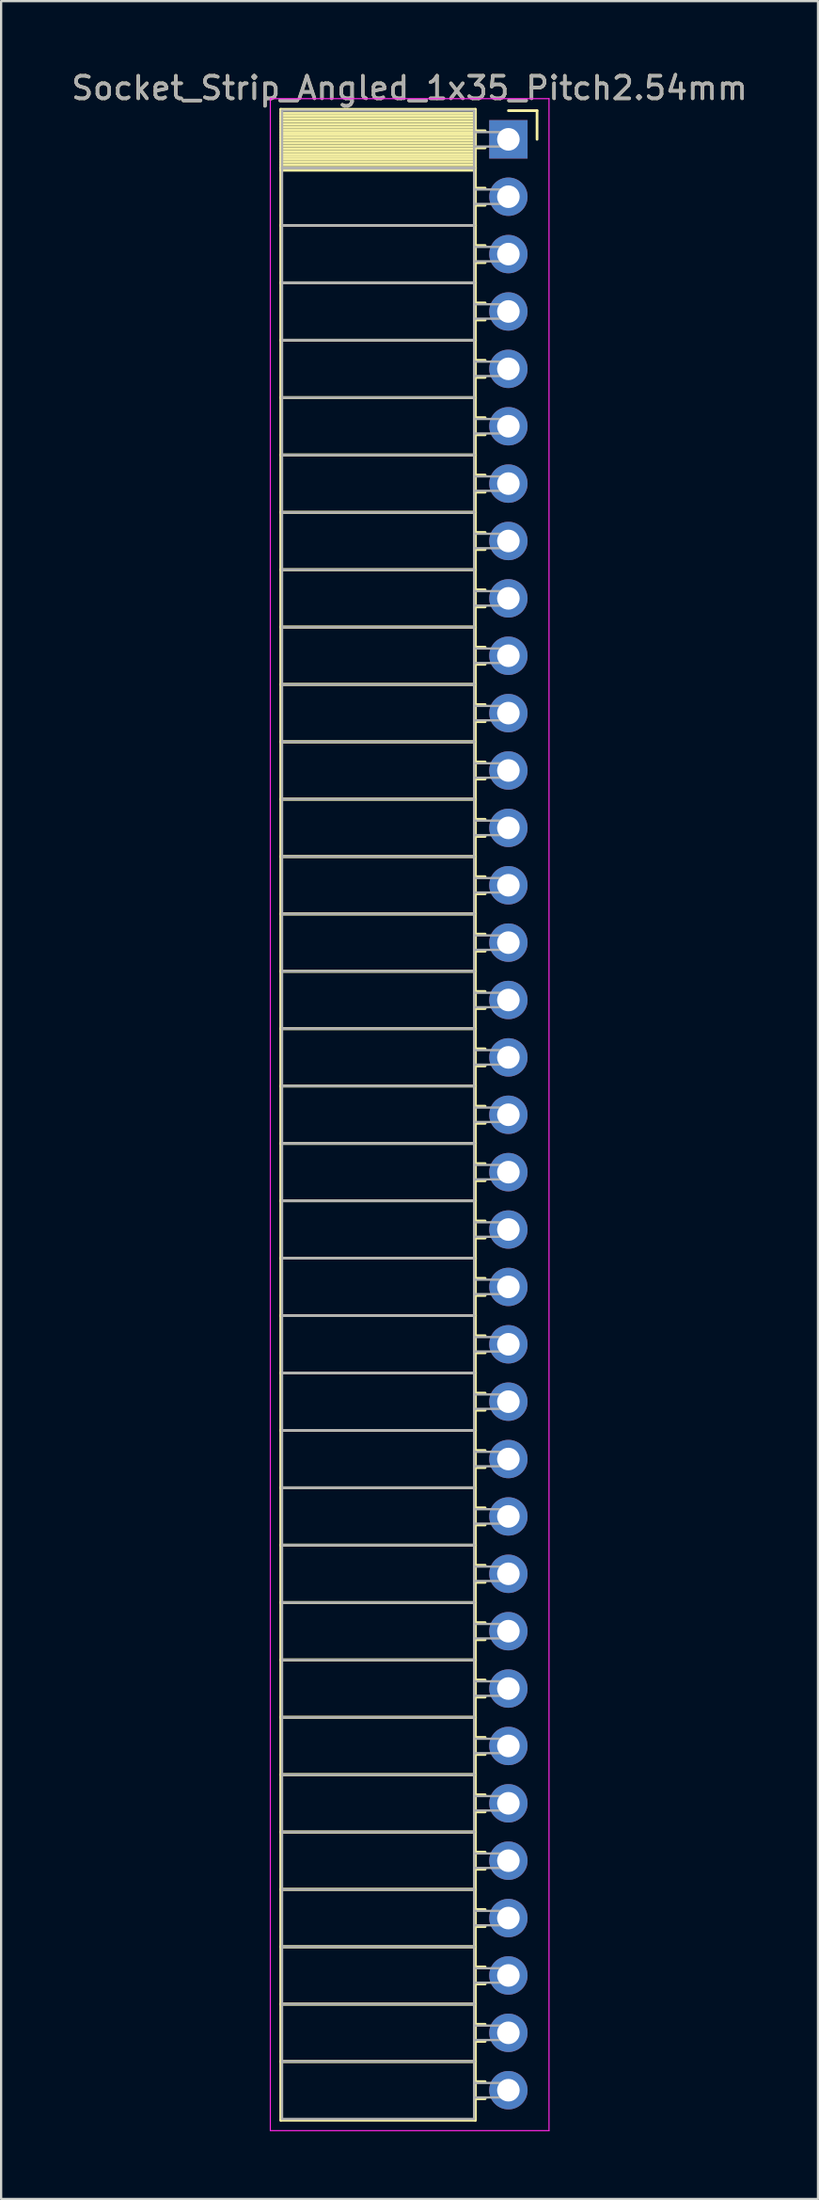
<source format=kicad_pcb>
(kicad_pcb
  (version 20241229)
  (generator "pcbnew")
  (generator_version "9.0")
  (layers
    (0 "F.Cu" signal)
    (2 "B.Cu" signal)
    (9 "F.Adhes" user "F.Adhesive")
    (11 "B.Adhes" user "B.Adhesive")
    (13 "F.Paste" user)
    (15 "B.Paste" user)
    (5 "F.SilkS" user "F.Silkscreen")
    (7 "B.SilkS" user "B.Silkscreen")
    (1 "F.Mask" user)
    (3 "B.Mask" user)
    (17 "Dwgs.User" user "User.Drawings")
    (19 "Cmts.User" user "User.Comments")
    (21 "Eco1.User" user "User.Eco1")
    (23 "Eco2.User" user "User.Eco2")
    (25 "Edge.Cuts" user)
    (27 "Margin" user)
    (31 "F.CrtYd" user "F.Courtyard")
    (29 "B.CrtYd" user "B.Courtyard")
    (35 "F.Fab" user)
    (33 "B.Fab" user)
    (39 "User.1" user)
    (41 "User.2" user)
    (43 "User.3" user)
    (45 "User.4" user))
  (footprint "Socket_Strip_Angled_1x35_Pitch2.54mm"
    (layer "F.Cu")
    (at 19.481 3.118)
    (property "Reference" "Socket_Strip_Angled_1x35_Pitch2.54mm" (at -4.38 -2.27 0) (layer "F.SilkS") (effects (font (size 1 1) (thickness 0.15))))
    (attr through_hole)
    (fp_line (start -10.09 -1.33) (end -1.46 -1.33) (stroke (width 0.12) (type solid)) (layer "F.SilkS"))
    (fp_line (start -10.09 1.27) (end -10.09 -1.33) (stroke (width 0.12) (type solid)) (layer "F.SilkS"))
    (fp_line (start -10.09 1.27) (end -1.46 1.27) (stroke (width 0.12) (type solid)) (layer "F.SilkS"))
    (fp_line (start -10.09 3.81) (end -10.09 1.27) (stroke (width 0.12) (type solid)) (layer "F.SilkS"))
    (fp_line (start -10.09 3.81) (end -1.46 3.81) (stroke (width 0.12) (type solid)) (layer "F.SilkS"))
    (fp_line (start -10.09 6.35) (end -10.09 3.81) (stroke (width 0.12) (type solid)) (layer "F.SilkS"))
    (fp_line (start -10.09 6.35) (end -1.46 6.35) (stroke (width 0.12) (type solid)) (layer "F.SilkS"))
    (fp_line (start -10.09 8.89) (end -10.09 6.35) (stroke (width 0.12) (type solid)) (layer "F.SilkS"))
    (fp_line (start -10.09 8.89) (end -1.46 8.89) (stroke (width 0.12) (type solid)) (layer "F.SilkS"))
    (fp_line (start -10.09 11.43) (end -10.09 8.89) (stroke (width 0.12) (type solid)) (layer "F.SilkS"))
    (fp_line (start -10.09 11.43) (end -1.46 11.43) (stroke (width 0.12) (type solid)) (layer "F.SilkS"))
    (fp_line (start -10.09 13.97) (end -10.09 11.43) (stroke (width 0.12) (type solid)) (layer "F.SilkS"))
    (fp_line (start -10.09 13.97) (end -1.46 13.97) (stroke (width 0.12) (type solid)) (layer "F.SilkS"))
    (fp_line (start -10.09 16.51) (end -10.09 13.97) (stroke (width 0.12) (type solid)) (layer "F.SilkS"))
    (fp_line (start -10.09 16.51) (end -1.46 16.51) (stroke (width 0.12) (type solid)) (layer "F.SilkS"))
    (fp_line (start -10.09 19.05) (end -10.09 16.51) (stroke (width 0.12) (type solid)) (layer "F.SilkS"))
    (fp_line (start -10.09 19.05) (end -1.46 19.05) (stroke (width 0.12) (type solid)) (layer "F.SilkS"))
    (fp_line (start -10.09 21.59) (end -10.09 19.05) (stroke (width 0.12) (type solid)) (layer "F.SilkS"))
    (fp_line (start -10.09 21.59) (end -1.46 21.59) (stroke (width 0.12) (type solid)) (layer "F.SilkS"))
    (fp_line (start -10.09 24.13) (end -10.09 21.59) (stroke (width 0.12) (type solid)) (layer "F.SilkS"))
    (fp_line (start -10.09 24.13) (end -1.46 24.13) (stroke (width 0.12) (type solid)) (layer "F.SilkS"))
    (fp_line (start -10.09 26.67) (end -10.09 24.13) (stroke (width 0.12) (type solid)) (layer "F.SilkS"))
    (fp_line (start -10.09 26.67) (end -1.46 26.67) (stroke (width 0.12) (type solid)) (layer "F.SilkS"))
    (fp_line (start -10.09 29.21) (end -10.09 26.67) (stroke (width 0.12) (type solid)) (layer "F.SilkS"))
    (fp_line (start -10.09 29.21) (end -1.46 29.21) (stroke (width 0.12) (type solid)) (layer "F.SilkS"))
    (fp_line (start -10.09 31.75) (end -10.09 29.21) (stroke (width 0.12) (type solid)) (layer "F.SilkS"))
    (fp_line (start -10.09 31.75) (end -1.46 31.75) (stroke (width 0.12) (type solid)) (layer "F.SilkS"))
    (fp_line (start -10.09 34.29) (end -10.09 31.75) (stroke (width 0.12) (type solid)) (layer "F.SilkS"))
    (fp_line (start -10.09 34.29) (end -1.46 34.29) (stroke (width 0.12) (type solid)) (layer "F.SilkS"))
    (fp_line (start -10.09 36.83) (end -10.09 34.29) (stroke (width 0.12) (type solid)) (layer "F.SilkS"))
    (fp_line (start -10.09 36.83) (end -1.46 36.83) (stroke (width 0.12) (type solid)) (layer "F.SilkS"))
    (fp_line (start -10.09 39.37) (end -10.09 36.83) (stroke (width 0.12) (type solid)) (layer "F.SilkS"))
    (fp_line (start -10.09 39.37) (end -1.46 39.37) (stroke (width 0.12) (type solid)) (layer "F.SilkS"))
    (fp_line (start -10.09 41.91) (end -10.09 39.37) (stroke (width 0.12) (type solid)) (layer "F.SilkS"))
    (fp_line (start -10.09 41.91) (end -1.46 41.91) (stroke (width 0.12) (type solid)) (layer "F.SilkS"))
    (fp_line (start -10.09 44.45) (end -10.09 41.91) (stroke (width 0.12) (type solid)) (layer "F.SilkS"))
    (fp_line (start -10.09 44.45) (end -1.46 44.45) (stroke (width 0.12) (type solid)) (layer "F.SilkS"))
    (fp_line (start -10.09 46.99) (end -10.09 44.45) (stroke (width 0.12) (type solid)) (layer "F.SilkS"))
    (fp_line (start -10.09 46.99) (end -1.46 46.99) (stroke (width 0.12) (type solid)) (layer "F.SilkS"))
    (fp_line (start -10.09 49.53) (end -10.09 46.99) (stroke (width 0.12) (type solid)) (layer "F.SilkS"))
    (fp_line (start -10.09 49.53) (end -1.46 49.53) (stroke (width 0.12) (type solid)) (layer "F.SilkS"))
    (fp_line (start -10.09 52.07) (end -10.09 49.53) (stroke (width 0.12) (type solid)) (layer "F.SilkS"))
    (fp_line (start -10.09 52.07) (end -1.46 52.07) (stroke (width 0.12) (type solid)) (layer "F.SilkS"))
    (fp_line (start -10.09 54.61) (end -10.09 52.07) (stroke (width 0.12) (type solid)) (layer "F.SilkS"))
    (fp_line (start -10.09 54.61) (end -1.46 54.61) (stroke (width 0.12) (type solid)) (layer "F.SilkS"))
    (fp_line (start -10.09 57.15) (end -10.09 54.61) (stroke (width 0.12) (type solid)) (layer "F.SilkS"))
    (fp_line (start -10.09 57.15) (end -1.46 57.15) (stroke (width 0.12) (type solid)) (layer "F.SilkS"))
    (fp_line (start -10.09 59.69) (end -10.09 57.15) (stroke (width 0.12) (type solid)) (layer "F.SilkS"))
    (fp_line (start -10.09 59.69) (end -1.46 59.69) (stroke (width 0.12) (type solid)) (layer "F.SilkS"))
    (fp_line (start -10.09 62.23) (end -10.09 59.69) (stroke (width 0.12) (type solid)) (layer "F.SilkS"))
    (fp_line (start -10.09 62.23) (end -1.46 62.23) (stroke (width 0.12) (type solid)) (layer "F.SilkS"))
    (fp_line (start -10.09 64.77) (end -10.09 62.23) (stroke (width 0.12) (type solid)) (layer "F.SilkS"))
    (fp_line (start -10.09 64.77) (end -1.46 64.77) (stroke (width 0.12) (type solid)) (layer "F.SilkS"))
    (fp_line (start -10.09 67.31) (end -10.09 64.77) (stroke (width 0.12) (type solid)) (layer "F.SilkS"))
    (fp_line (start -10.09 67.31) (end -1.46 67.31) (stroke (width 0.12) (type solid)) (layer "F.SilkS"))
    (fp_line (start -10.09 69.85) (end -10.09 67.31) (stroke (width 0.12) (type solid)) (layer "F.SilkS"))
    (fp_line (start -10.09 69.85) (end -1.46 69.85) (stroke (width 0.12) (type solid)) (layer "F.SilkS"))
    (fp_line (start -10.09 72.39) (end -10.09 69.85) (stroke (width 0.12) (type solid)) (layer "F.SilkS"))
    (fp_line (start -10.09 72.39) (end -1.46 72.39) (stroke (width 0.12) (type solid)) (layer "F.SilkS"))
    (fp_line (start -10.09 74.93) (end -10.09 72.39) (stroke (width 0.12) (type solid)) (layer "F.SilkS"))
    (fp_line (start -10.09 74.93) (end -1.46 74.93) (stroke (width 0.12) (type solid)) (layer "F.SilkS"))
    (fp_line (start -10.09 77.47) (end -10.09 74.93) (stroke (width 0.12) (type solid)) (layer "F.SilkS"))
    (fp_line (start -10.09 77.47) (end -1.46 77.47) (stroke (width 0.12) (type solid)) (layer "F.SilkS"))
    (fp_line (start -10.09 80.01) (end -10.09 77.47) (stroke (width 0.12) (type solid)) (layer "F.SilkS"))
    (fp_line (start -10.09 80.01) (end -1.46 80.01) (stroke (width 0.12) (type solid)) (layer "F.SilkS"))
    (fp_line (start -10.09 82.55) (end -10.09 80.01) (stroke (width 0.12) (type solid)) (layer "F.SilkS"))
    (fp_line (start -10.09 82.55) (end -1.46 82.55) (stroke (width 0.12) (type solid)) (layer "F.SilkS"))
    (fp_line (start -10.09 85.09) (end -10.09 82.55) (stroke (width 0.12) (type solid)) (layer "F.SilkS"))
    (fp_line (start -10.09 85.09) (end -1.46 85.09) (stroke (width 0.12) (type solid)) (layer "F.SilkS"))
    (fp_line (start -10.09 87.69) (end -10.09 85.09) (stroke (width 0.12) (type solid)) (layer "F.SilkS"))
    (fp_line (start -1.46 -1.33) (end -1.46 1.27) (stroke (width 0.12) (type solid)) (layer "F.SilkS"))
    (fp_line (start -1.46 -1.15) (end -10.09 -1.15) (stroke (width 0.12) (type solid)) (layer "F.SilkS"))
    (fp_line (start -1.46 -1.03) (end -10.09 -1.03) (stroke (width 0.12) (type solid)) (layer "F.SilkS"))
    (fp_line (start -1.46 -0.91) (end -10.09 -0.91) (stroke (width 0.12) (type solid)) (layer "F.SilkS"))
    (fp_line (start -1.46 -0.79) (end -10.09 -0.79) (stroke (width 0.12) (type solid)) (layer "F.SilkS"))
    (fp_line (start -1.46 -0.67) (end -10.09 -0.67) (stroke (width 0.12) (type solid)) (layer "F.SilkS"))
    (fp_line (start -1.46 -0.55) (end -10.09 -0.55) (stroke (width 0.12) (type solid)) (layer "F.SilkS"))
    (fp_line (start -1.46 -0.43) (end -10.09 -0.43) (stroke (width 0.12) (type solid)) (layer "F.SilkS"))
    (fp_line (start -1.46 -0.31) (end -10.09 -0.31) (stroke (width 0.12) (type solid)) (layer "F.SilkS"))
    (fp_line (start -1.46 -0.19) (end -10.09 -0.19) (stroke (width 0.12) (type solid)) (layer "F.SilkS"))
    (fp_line (start -1.46 -0.07) (end -10.09 -0.07) (stroke (width 0.12) (type solid)) (layer "F.SilkS"))
    (fp_line (start -1.46 0.05) (end -10.09 0.05) (stroke (width 0.12) (type solid)) (layer "F.SilkS"))
    (fp_line (start -1.46 0.17) (end -10.09 0.17) (stroke (width 0.12) (type solid)) (layer "F.SilkS"))
    (fp_line (start -1.46 0.29) (end -10.09 0.29) (stroke (width 0.12) (type solid)) (layer "F.SilkS"))
    (fp_line (start -1.46 0.41) (end -10.09 0.41) (stroke (width 0.12) (type solid)) (layer "F.SilkS"))
    (fp_line (start -1.46 0.53) (end -10.09 0.53) (stroke (width 0.12) (type solid)) (layer "F.SilkS"))
    (fp_line (start -1.46 0.65) (end -10.09 0.65) (stroke (width 0.12) (type solid)) (layer "F.SilkS"))
    (fp_line (start -1.46 0.77) (end -10.09 0.77) (stroke (width 0.12) (type solid)) (layer "F.SilkS"))
    (fp_line (start -1.46 0.89) (end -10.09 0.89) (stroke (width 0.12) (type solid)) (layer "F.SilkS"))
    (fp_line (start -1.46 1.01) (end -10.09 1.01) (stroke (width 0.12) (type solid)) (layer "F.SilkS"))
    (fp_line (start -1.46 1.13) (end -10.09 1.13) (stroke (width 0.12) (type solid)) (layer "F.SilkS"))
    (fp_line (start -1.46 1.25) (end -10.09 1.25) (stroke (width 0.12) (type solid)) (layer "F.SilkS"))
    (fp_line (start -1.46 1.27) (end -10.09 1.27) (stroke (width 0.12) (type solid)) (layer "F.SilkS"))
    (fp_line (start -1.46 1.27) (end -1.46 3.81) (stroke (width 0.12) (type solid)) (layer "F.SilkS"))
    (fp_line (start -1.46 1.37) (end -10.09 1.37) (stroke (width 0.12) (type solid)) (layer "F.SilkS"))
    (fp_line (start -1.46 3.81) (end -10.09 3.81) (stroke (width 0.12) (type solid)) (layer "F.SilkS"))
    (fp_line (start -1.46 3.81) (end -1.46 6.35) (stroke (width 0.12) (type solid)) (layer "F.SilkS"))
    (fp_line (start -1.46 6.35) (end -10.09 6.35) (stroke (width 0.12) (type solid)) (layer "F.SilkS"))
    (fp_line (start -1.46 6.35) (end -1.46 8.89) (stroke (width 0.12) (type solid)) (layer "F.SilkS"))
    (fp_line (start -1.46 8.89) (end -10.09 8.89) (stroke (width 0.12) (type solid)) (layer "F.SilkS"))
    (fp_line (start -1.46 8.89) (end -1.46 11.43) (stroke (width 0.12) (type solid)) (layer "F.SilkS"))
    (fp_line (start -1.46 11.43) (end -10.09 11.43) (stroke (width 0.12) (type solid)) (layer "F.SilkS"))
    (fp_line (start -1.46 11.43) (end -1.46 13.97) (stroke (width 0.12) (type solid)) (layer "F.SilkS"))
    (fp_line (start -1.46 13.97) (end -10.09 13.97) (stroke (width 0.12) (type solid)) (layer "F.SilkS"))
    (fp_line (start -1.46 13.97) (end -1.46 16.51) (stroke (width 0.12) (type solid)) (layer "F.SilkS"))
    (fp_line (start -1.46 16.51) (end -10.09 16.51) (stroke (width 0.12) (type solid)) (layer "F.SilkS"))
    (fp_line (start -1.46 16.51) (end -1.46 19.05) (stroke (width 0.12) (type solid)) (layer "F.SilkS"))
    (fp_line (start -1.46 19.05) (end -10.09 19.05) (stroke (width 0.12) (type solid)) (layer "F.SilkS"))
    (fp_line (start -1.46 19.05) (end -1.46 21.59) (stroke (width 0.12) (type solid)) (layer "F.SilkS"))
    (fp_line (start -1.46 21.59) (end -10.09 21.59) (stroke (width 0.12) (type solid)) (layer "F.SilkS"))
    (fp_line (start -1.46 21.59) (end -1.46 24.13) (stroke (width 0.12) (type solid)) (layer "F.SilkS"))
    (fp_line (start -1.46 24.13) (end -10.09 24.13) (stroke (width 0.12) (type solid)) (layer "F.SilkS"))
    (fp_line (start -1.46 24.13) (end -1.46 26.67) (stroke (width 0.12) (type solid)) (layer "F.SilkS"))
    (fp_line (start -1.46 26.67) (end -10.09 26.67) (stroke (width 0.12) (type solid)) (layer "F.SilkS"))
    (fp_line (start -1.46 26.67) (end -1.46 29.21) (stroke (width 0.12) (type solid)) (layer "F.SilkS"))
    (fp_line (start -1.46 29.21) (end -10.09 29.21) (stroke (width 0.12) (type solid)) (layer "F.SilkS"))
    (fp_line (start -1.46 29.21) (end -1.46 31.75) (stroke (width 0.12) (type solid)) (layer "F.SilkS"))
    (fp_line (start -1.46 31.75) (end -10.09 31.75) (stroke (width 0.12) (type solid)) (layer "F.SilkS"))
    (fp_line (start -1.46 31.75) (end -1.46 34.29) (stroke (width 0.12) (type solid)) (layer "F.SilkS"))
    (fp_line (start -1.46 34.29) (end -10.09 34.29) (stroke (width 0.12) (type solid)) (layer "F.SilkS"))
    (fp_line (start -1.46 34.29) (end -1.46 36.83) (stroke (width 0.12) (type solid)) (layer "F.SilkS"))
    (fp_line (start -1.46 36.83) (end -10.09 36.83) (stroke (width 0.12) (type solid)) (layer "F.SilkS"))
    (fp_line (start -1.46 36.83) (end -1.46 39.37) (stroke (width 0.12) (type solid)) (layer "F.SilkS"))
    (fp_line (start -1.46 39.37) (end -10.09 39.37) (stroke (width 0.12) (type solid)) (layer "F.SilkS"))
    (fp_line (start -1.46 39.37) (end -1.46 41.91) (stroke (width 0.12) (type solid)) (layer "F.SilkS"))
    (fp_line (start -1.46 41.91) (end -10.09 41.91) (stroke (width 0.12) (type solid)) (layer "F.SilkS"))
    (fp_line (start -1.46 41.91) (end -1.46 44.45) (stroke (width 0.12) (type solid)) (layer "F.SilkS"))
    (fp_line (start -1.46 44.45) (end -10.09 44.45) (stroke (width 0.12) (type solid)) (layer "F.SilkS"))
    (fp_line (start -1.46 44.45) (end -1.46 46.99) (stroke (width 0.12) (type solid)) (layer "F.SilkS"))
    (fp_line (start -1.46 46.99) (end -10.09 46.99) (stroke (width 0.12) (type solid)) (layer "F.SilkS"))
    (fp_line (start -1.46 46.99) (end -1.46 49.53) (stroke (width 0.12) (type solid)) (layer "F.SilkS"))
    (fp_line (start -1.46 49.53) (end -10.09 49.53) (stroke (width 0.12) (type solid)) (layer "F.SilkS"))
    (fp_line (start -1.46 49.53) (end -1.46 52.07) (stroke (width 0.12) (type solid)) (layer "F.SilkS"))
    (fp_line (start -1.46 52.07) (end -10.09 52.07) (stroke (width 0.12) (type solid)) (layer "F.SilkS"))
    (fp_line (start -1.46 52.07) (end -1.46 54.61) (stroke (width 0.12) (type solid)) (layer "F.SilkS"))
    (fp_line (start -1.46 54.61) (end -10.09 54.61) (stroke (width 0.12) (type solid)) (layer "F.SilkS"))
    (fp_line (start -1.46 54.61) (end -1.46 57.15) (stroke (width 0.12) (type solid)) (layer "F.SilkS"))
    (fp_line (start -1.46 57.15) (end -10.09 57.15) (stroke (width 0.12) (type solid)) (layer "F.SilkS"))
    (fp_line (start -1.46 57.15) (end -1.46 59.69) (stroke (width 0.12) (type solid)) (layer "F.SilkS"))
    (fp_line (start -1.46 59.69) (end -10.09 59.69) (stroke (width 0.12) (type solid)) (layer "F.SilkS"))
    (fp_line (start -1.46 59.69) (end -1.46 62.23) (stroke (width 0.12) (type solid)) (layer "F.SilkS"))
    (fp_line (start -1.46 62.23) (end -10.09 62.23) (stroke (width 0.12) (type solid)) (layer "F.SilkS"))
    (fp_line (start -1.46 62.23) (end -1.46 64.77) (stroke (width 0.12) (type solid)) (layer "F.SilkS"))
    (fp_line (start -1.46 64.77) (end -10.09 64.77) (stroke (width 0.12) (type solid)) (layer "F.SilkS"))
    (fp_line (start -1.46 64.77) (end -1.46 67.31) (stroke (width 0.12) (type solid)) (layer "F.SilkS"))
    (fp_line (start -1.46 67.31) (end -10.09 67.31) (stroke (width 0.12) (type solid)) (layer "F.SilkS"))
    (fp_line (start -1.46 67.31) (end -1.46 69.85) (stroke (width 0.12) (type solid)) (layer "F.SilkS"))
    (fp_line (start -1.46 69.85) (end -10.09 69.85) (stroke (width 0.12) (type solid)) (layer "F.SilkS"))
    (fp_line (start -1.46 69.85) (end -1.46 72.39) (stroke (width 0.12) (type solid)) (layer "F.SilkS"))
    (fp_line (start -1.46 72.39) (end -10.09 72.39) (stroke (width 0.12) (type solid)) (layer "F.SilkS"))
    (fp_line (start -1.46 72.39) (end -1.46 74.93) (stroke (width 0.12) (type solid)) (layer "F.SilkS"))
    (fp_line (start -1.46 74.93) (end -10.09 74.93) (stroke (width 0.12) (type solid)) (layer "F.SilkS"))
    (fp_line (start -1.46 74.93) (end -1.46 77.47) (stroke (width 0.12) (type solid)) (layer "F.SilkS"))
    (fp_line (start -1.46 77.47) (end -10.09 77.47) (stroke (width 0.12) (type solid)) (layer "F.SilkS"))
    (fp_line (start -1.46 77.47) (end -1.46 80.01) (stroke (width 0.12) (type solid)) (layer "F.SilkS"))
    (fp_line (start -1.46 80.01) (end -10.09 80.01) (stroke (width 0.12) (type solid)) (layer "F.SilkS"))
    (fp_line (start -1.46 80.01) (end -1.46 82.55) (stroke (width 0.12) (type solid)) (layer "F.SilkS"))
    (fp_line (start -1.46 82.55) (end -10.09 82.55) (stroke (width 0.12) (type solid)) (layer "F.SilkS"))
    (fp_line (start -1.46 82.55) (end -1.46 85.09) (stroke (width 0.12) (type solid)) (layer "F.SilkS"))
    (fp_line (start -1.46 85.09) (end -10.09 85.09) (stroke (width 0.12) (type solid)) (layer "F.SilkS"))
    (fp_line (start -1.46 85.09) (end -1.46 87.69) (stroke (width 0.12) (type solid)) (layer "F.SilkS"))
    (fp_line (start -1.46 87.69) (end -10.09 87.69) (stroke (width 0.12) (type solid)) (layer "F.SilkS"))
    (fp_line (start -1.03 -0.38) (end -1.46 -0.38) (stroke (width 0.12) (type solid)) (layer "F.SilkS"))
    (fp_line (start -1.03 0.38) (end -1.46 0.38) (stroke (width 0.12) (type solid)) (layer "F.SilkS"))
    (fp_line (start -1.03 2.16) (end -1.46 2.16) (stroke (width 0.12) (type solid)) (layer "F.SilkS"))
    (fp_line (start -1.03 2.92) (end -1.46 2.92) (stroke (width 0.12) (type solid)) (layer "F.SilkS"))
    (fp_line (start -1.03 4.7) (end -1.46 4.7) (stroke (width 0.12) (type solid)) (layer "F.SilkS"))
    (fp_line (start -1.03 5.46) (end -1.46 5.46) (stroke (width 0.12) (type solid)) (layer "F.SilkS"))
    (fp_line (start -1.03 7.24) (end -1.46 7.24) (stroke (width 0.12) (type solid)) (layer "F.SilkS"))
    (fp_line (start -1.03 8) (end -1.46 8) (stroke (width 0.12) (type solid)) (layer "F.SilkS"))
    (fp_line (start -1.03 9.78) (end -1.46 9.78) (stroke (width 0.12) (type solid)) (layer "F.SilkS"))
    (fp_line (start -1.03 10.54) (end -1.46 10.54) (stroke (width 0.12) (type solid)) (layer "F.SilkS"))
    (fp_line (start -1.03 12.32) (end -1.46 12.32) (stroke (width 0.12) (type solid)) (layer "F.SilkS"))
    (fp_line (start -1.03 13.08) (end -1.46 13.08) (stroke (width 0.12) (type solid)) (layer "F.SilkS"))
    (fp_line (start -1.03 14.86) (end -1.46 14.86) (stroke (width 0.12) (type solid)) (layer "F.SilkS"))
    (fp_line (start -1.03 15.62) (end -1.46 15.62) (stroke (width 0.12) (type solid)) (layer "F.SilkS"))
    (fp_line (start -1.03 17.4) (end -1.46 17.4) (stroke (width 0.12) (type solid)) (layer "F.SilkS"))
    (fp_line (start -1.03 18.16) (end -1.46 18.16) (stroke (width 0.12) (type solid)) (layer "F.SilkS"))
    (fp_line (start -1.03 19.94) (end -1.46 19.94) (stroke (width 0.12) (type solid)) (layer "F.SilkS"))
    (fp_line (start -1.03 20.7) (end -1.46 20.7) (stroke (width 0.12) (type solid)) (layer "F.SilkS"))
    (fp_line (start -1.03 22.48) (end -1.46 22.48) (stroke (width 0.12) (type solid)) (layer "F.SilkS"))
    (fp_line (start -1.03 23.24) (end -1.46 23.24) (stroke (width 0.12) (type solid)) (layer "F.SilkS"))
    (fp_line (start -1.03 25.02) (end -1.46 25.02) (stroke (width 0.12) (type solid)) (layer "F.SilkS"))
    (fp_line (start -1.03 25.78) (end -1.46 25.78) (stroke (width 0.12) (type solid)) (layer "F.SilkS"))
    (fp_line (start -1.03 27.56) (end -1.46 27.56) (stroke (width 0.12) (type solid)) (layer "F.SilkS"))
    (fp_line (start -1.03 28.32) (end -1.46 28.32) (stroke (width 0.12) (type solid)) (layer "F.SilkS"))
    (fp_line (start -1.03 30.1) (end -1.46 30.1) (stroke (width 0.12) (type solid)) (layer "F.SilkS"))
    (fp_line (start -1.03 30.86) (end -1.46 30.86) (stroke (width 0.12) (type solid)) (layer "F.SilkS"))
    (fp_line (start -1.03 32.64) (end -1.46 32.64) (stroke (width 0.12) (type solid)) (layer "F.SilkS"))
    (fp_line (start -1.03 33.4) (end -1.46 33.4) (stroke (width 0.12) (type solid)) (layer "F.SilkS"))
    (fp_line (start -1.03 35.18) (end -1.46 35.18) (stroke (width 0.12) (type solid)) (layer "F.SilkS"))
    (fp_line (start -1.03 35.94) (end -1.46 35.94) (stroke (width 0.12) (type solid)) (layer "F.SilkS"))
    (fp_line (start -1.03 37.72) (end -1.46 37.72) (stroke (width 0.12) (type solid)) (layer "F.SilkS"))
    (fp_line (start -1.03 38.48) (end -1.46 38.48) (stroke (width 0.12) (type solid)) (layer "F.SilkS"))
    (fp_line (start -1.03 40.26) (end -1.46 40.26) (stroke (width 0.12) (type solid)) (layer "F.SilkS"))
    (fp_line (start -1.03 41.02) (end -1.46 41.02) (stroke (width 0.12) (type solid)) (layer "F.SilkS"))
    (fp_line (start -1.03 42.8) (end -1.46 42.8) (stroke (width 0.12) (type solid)) (layer "F.SilkS"))
    (fp_line (start -1.03 43.56) (end -1.46 43.56) (stroke (width 0.12) (type solid)) (layer "F.SilkS"))
    (fp_line (start -1.03 45.34) (end -1.46 45.34) (stroke (width 0.12) (type solid)) (layer "F.SilkS"))
    (fp_line (start -1.03 46.1) (end -1.46 46.1) (stroke (width 0.12) (type solid)) (layer "F.SilkS"))
    (fp_line (start -1.03 47.88) (end -1.46 47.88) (stroke (width 0.12) (type solid)) (layer "F.SilkS"))
    (fp_line (start -1.03 48.64) (end -1.46 48.64) (stroke (width 0.12) (type solid)) (layer "F.SilkS"))
    (fp_line (start -1.03 50.42) (end -1.46 50.42) (stroke (width 0.12) (type solid)) (layer "F.SilkS"))
    (fp_line (start -1.03 51.18) (end -1.46 51.18) (stroke (width 0.12) (type solid)) (layer "F.SilkS"))
    (fp_line (start -1.03 52.96) (end -1.46 52.96) (stroke (width 0.12) (type solid)) (layer "F.SilkS"))
    (fp_line (start -1.03 53.72) (end -1.46 53.72) (stroke (width 0.12) (type solid)) (layer "F.SilkS"))
    (fp_line (start -1.03 55.5) (end -1.46 55.5) (stroke (width 0.12) (type solid)) (layer "F.SilkS"))
    (fp_line (start -1.03 56.26) (end -1.46 56.26) (stroke (width 0.12) (type solid)) (layer "F.SilkS"))
    (fp_line (start -1.03 58.04) (end -1.46 58.04) (stroke (width 0.12) (type solid)) (layer "F.SilkS"))
    (fp_line (start -1.03 58.8) (end -1.46 58.8) (stroke (width 0.12) (type solid)) (layer "F.SilkS"))
    (fp_line (start -1.03 60.58) (end -1.46 60.58) (stroke (width 0.12) (type solid)) (layer "F.SilkS"))
    (fp_line (start -1.03 61.34) (end -1.46 61.34) (stroke (width 0.12) (type solid)) (layer "F.SilkS"))
    (fp_line (start -1.03 63.12) (end -1.46 63.12) (stroke (width 0.12) (type solid)) (layer "F.SilkS"))
    (fp_line (start -1.03 63.88) (end -1.46 63.88) (stroke (width 0.12) (type solid)) (layer "F.SilkS"))
    (fp_line (start -1.03 65.66) (end -1.46 65.66) (stroke (width 0.12) (type solid)) (layer "F.SilkS"))
    (fp_line (start -1.03 66.42) (end -1.46 66.42) (stroke (width 0.12) (type solid)) (layer "F.SilkS"))
    (fp_line (start -1.03 68.2) (end -1.46 68.2) (stroke (width 0.12) (type solid)) (layer "F.SilkS"))
    (fp_line (start -1.03 68.96) (end -1.46 68.96) (stroke (width 0.12) (type solid)) (layer "F.SilkS"))
    (fp_line (start -1.03 70.74) (end -1.46 70.74) (stroke (width 0.12) (type solid)) (layer "F.SilkS"))
    (fp_line (start -1.03 71.5) (end -1.46 71.5) (stroke (width 0.12) (type solid)) (layer "F.SilkS"))
    (fp_line (start -1.03 73.28) (end -1.46 73.28) (stroke (width 0.12) (type solid)) (layer "F.SilkS"))
    (fp_line (start -1.03 74.04) (end -1.46 74.04) (stroke (width 0.12) (type solid)) (layer "F.SilkS"))
    (fp_line (start -1.03 75.82) (end -1.46 75.82) (stroke (width 0.12) (type solid)) (layer "F.SilkS"))
    (fp_line (start -1.03 76.58) (end -1.46 76.58) (stroke (width 0.12) (type solid)) (layer "F.SilkS"))
    (fp_line (start -1.03 78.36) (end -1.46 78.36) (stroke (width 0.12) (type solid)) (layer "F.SilkS"))
    (fp_line (start -1.03 79.12) (end -1.46 79.12) (stroke (width 0.12) (type solid)) (layer "F.SilkS"))
    (fp_line (start -1.03 80.9) (end -1.46 80.9) (stroke (width 0.12) (type solid)) (layer "F.SilkS"))
    (fp_line (start -1.03 81.66) (end -1.46 81.66) (stroke (width 0.12) (type solid)) (layer "F.SilkS"))
    (fp_line (start -1.03 83.44) (end -1.46 83.44) (stroke (width 0.12) (type solid)) (layer "F.SilkS"))
    (fp_line (start -1.03 84.2) (end -1.46 84.2) (stroke (width 0.12) (type solid)) (layer "F.SilkS"))
    (fp_line (start -1.03 85.98) (end -1.46 85.98) (stroke (width 0.12) (type solid)) (layer "F.SilkS"))
    (fp_line (start -1.03 86.74) (end -1.46 86.74) (stroke (width 0.12) (type solid)) (layer "F.SilkS"))
    (fp_line (start 0 -1.27) (end 1.27 -1.27) (stroke (width 0.12) (type solid)) (layer "F.SilkS"))
    (fp_line (start 1.27 -1.27) (end 1.27 0) (stroke (width 0.12) (type solid)) (layer "F.SilkS"))
    (fp_line (start -10.55 -1.8) (end 1.8 -1.8) (stroke (width 0.05) (type solid)) (layer "F.CrtYd"))
    (fp_line (start -10.55 88.15) (end -10.55 -1.8) (stroke (width 0.05) (type solid)) (layer "F.CrtYd"))
    (fp_line (start 1.8 -1.8) (end 1.8 88.15) (stroke (width 0.05) (type solid)) (layer "F.CrtYd"))
    (fp_line (start 1.8 88.15) (end -10.55 88.15) (stroke (width 0.05) (type solid)) (layer "F.CrtYd"))
    (fp_line (start -10.03 -1.27) (end -1.52 -1.27) (stroke (width 0.1) (type solid)) (layer "F.Fab"))
    (fp_line (start -10.03 1.27) (end -10.03 -1.27) (stroke (width 0.1) (type solid)) (layer "F.Fab"))
    (fp_line (start -10.03 1.27) (end -1.52 1.27) (stroke (width 0.1) (type solid)) (layer "F.Fab"))
    (fp_line (start -10.03 3.81) (end -10.03 1.27) (stroke (width 0.1) (type solid)) (layer "F.Fab"))
    (fp_line (start -10.03 3.81) (end -1.52 3.81) (stroke (width 0.1) (type solid)) (layer "F.Fab"))
    (fp_line (start -10.03 6.35) (end -10.03 3.81) (stroke (width 0.1) (type solid)) (layer "F.Fab"))
    (fp_line (start -10.03 6.35) (end -1.52 6.35) (stroke (width 0.1) (type solid)) (layer "F.Fab"))
    (fp_line (start -10.03 8.89) (end -10.03 6.35) (stroke (width 0.1) (type solid)) (layer "F.Fab"))
    (fp_line (start -10.03 8.89) (end -1.52 8.89) (stroke (width 0.1) (type solid)) (layer "F.Fab"))
    (fp_line (start -10.03 11.43) (end -10.03 8.89) (stroke (width 0.1) (type solid)) (layer "F.Fab"))
    (fp_line (start -10.03 11.43) (end -1.52 11.43) (stroke (width 0.1) (type solid)) (layer "F.Fab"))
    (fp_line (start -10.03 13.97) (end -10.03 11.43) (stroke (width 0.1) (type solid)) (layer "F.Fab"))
    (fp_line (start -10.03 13.97) (end -1.52 13.97) (stroke (width 0.1) (type solid)) (layer "F.Fab"))
    (fp_line (start -10.03 16.51) (end -10.03 13.97) (stroke (width 0.1) (type solid)) (layer "F.Fab"))
    (fp_line (start -10.03 16.51) (end -1.52 16.51) (stroke (width 0.1) (type solid)) (layer "F.Fab"))
    (fp_line (start -10.03 19.05) (end -10.03 16.51) (stroke (width 0.1) (type solid)) (layer "F.Fab"))
    (fp_line (start -10.03 19.05) (end -1.52 19.05) (stroke (width 0.1) (type solid)) (layer "F.Fab"))
    (fp_line (start -10.03 21.59) (end -10.03 19.05) (stroke (width 0.1) (type solid)) (layer "F.Fab"))
    (fp_line (start -10.03 21.59) (end -1.52 21.59) (stroke (width 0.1) (type solid)) (layer "F.Fab"))
    (fp_line (start -10.03 24.13) (end -10.03 21.59) (stroke (width 0.1) (type solid)) (layer "F.Fab"))
    (fp_line (start -10.03 24.13) (end -1.52 24.13) (stroke (width 0.1) (type solid)) (layer "F.Fab"))
    (fp_line (start -10.03 26.67) (end -10.03 24.13) (stroke (width 0.1) (type solid)) (layer "F.Fab"))
    (fp_line (start -10.03 26.67) (end -1.52 26.67) (stroke (width 0.1) (type solid)) (layer "F.Fab"))
    (fp_line (start -10.03 29.21) (end -10.03 26.67) (stroke (width 0.1) (type solid)) (layer "F.Fab"))
    (fp_line (start -10.03 29.21) (end -1.52 29.21) (stroke (width 0.1) (type solid)) (layer "F.Fab"))
    (fp_line (start -10.03 31.75) (end -10.03 29.21) (stroke (width 0.1) (type solid)) (layer "F.Fab"))
    (fp_line (start -10.03 31.75) (end -1.52 31.75) (stroke (width 0.1) (type solid)) (layer "F.Fab"))
    (fp_line (start -10.03 34.29) (end -10.03 31.75) (stroke (width 0.1) (type solid)) (layer "F.Fab"))
    (fp_line (start -10.03 34.29) (end -1.52 34.29) (stroke (width 0.1) (type solid)) (layer "F.Fab"))
    (fp_line (start -10.03 36.83) (end -10.03 34.29) (stroke (width 0.1) (type solid)) (layer "F.Fab"))
    (fp_line (start -10.03 36.83) (end -1.52 36.83) (stroke (width 0.1) (type solid)) (layer "F.Fab"))
    (fp_line (start -10.03 39.37) (end -10.03 36.83) (stroke (width 0.1) (type solid)) (layer "F.Fab"))
    (fp_line (start -10.03 39.37) (end -1.52 39.37) (stroke (width 0.1) (type solid)) (layer "F.Fab"))
    (fp_line (start -10.03 41.91) (end -10.03 39.37) (stroke (width 0.1) (type solid)) (layer "F.Fab"))
    (fp_line (start -10.03 41.91) (end -1.52 41.91) (stroke (width 0.1) (type solid)) (layer "F.Fab"))
    (fp_line (start -10.03 44.45) (end -10.03 41.91) (stroke (width 0.1) (type solid)) (layer "F.Fab"))
    (fp_line (start -10.03 44.45) (end -1.52 44.45) (stroke (width 0.1) (type solid)) (layer "F.Fab"))
    (fp_line (start -10.03 46.99) (end -10.03 44.45) (stroke (width 0.1) (type solid)) (layer "F.Fab"))
    (fp_line (start -10.03 46.99) (end -1.52 46.99) (stroke (width 0.1) (type solid)) (layer "F.Fab"))
    (fp_line (start -10.03 49.53) (end -10.03 46.99) (stroke (width 0.1) (type solid)) (layer "F.Fab"))
    (fp_line (start -10.03 49.53) (end -1.52 49.53) (stroke (width 0.1) (type solid)) (layer "F.Fab"))
    (fp_line (start -10.03 52.07) (end -10.03 49.53) (stroke (width 0.1) (type solid)) (layer "F.Fab"))
    (fp_line (start -10.03 52.07) (end -1.52 52.07) (stroke (width 0.1) (type solid)) (layer "F.Fab"))
    (fp_line (start -10.03 54.61) (end -10.03 52.07) (stroke (width 0.1) (type solid)) (layer "F.Fab"))
    (fp_line (start -10.03 54.61) (end -1.52 54.61) (stroke (width 0.1) (type solid)) (layer "F.Fab"))
    (fp_line (start -10.03 57.15) (end -10.03 54.61) (stroke (width 0.1) (type solid)) (layer "F.Fab"))
    (fp_line (start -10.03 57.15) (end -1.52 57.15) (stroke (width 0.1) (type solid)) (layer "F.Fab"))
    (fp_line (start -10.03 59.69) (end -10.03 57.15) (stroke (width 0.1) (type solid)) (layer "F.Fab"))
    (fp_line (start -10.03 59.69) (end -1.52 59.69) (stroke (width 0.1) (type solid)) (layer "F.Fab"))
    (fp_line (start -10.03 62.23) (end -10.03 59.69) (stroke (width 0.1) (type solid)) (layer "F.Fab"))
    (fp_line (start -10.03 62.23) (end -1.52 62.23) (stroke (width 0.1) (type solid)) (layer "F.Fab"))
    (fp_line (start -10.03 64.77) (end -10.03 62.23) (stroke (width 0.1) (type solid)) (layer "F.Fab"))
    (fp_line (start -10.03 64.77) (end -1.52 64.77) (stroke (width 0.1) (type solid)) (layer "F.Fab"))
    (fp_line (start -10.03 67.31) (end -10.03 64.77) (stroke (width 0.1) (type solid)) (layer "F.Fab"))
    (fp_line (start -10.03 67.31) (end -1.52 67.31) (stroke (width 0.1) (type solid)) (layer "F.Fab"))
    (fp_line (start -10.03 69.85) (end -10.03 67.31) (stroke (width 0.1) (type solid)) (layer "F.Fab"))
    (fp_line (start -10.03 69.85) (end -1.52 69.85) (stroke (width 0.1) (type solid)) (layer "F.Fab"))
    (fp_line (start -10.03 72.39) (end -10.03 69.85) (stroke (width 0.1) (type solid)) (layer "F.Fab"))
    (fp_line (start -10.03 72.39) (end -1.52 72.39) (stroke (width 0.1) (type solid)) (layer "F.Fab"))
    (fp_line (start -10.03 74.93) (end -10.03 72.39) (stroke (width 0.1) (type solid)) (layer "F.Fab"))
    (fp_line (start -10.03 74.93) (end -1.52 74.93) (stroke (width 0.1) (type solid)) (layer "F.Fab"))
    (fp_line (start -10.03 77.47) (end -10.03 74.93) (stroke (width 0.1) (type solid)) (layer "F.Fab"))
    (fp_line (start -10.03 77.47) (end -1.52 77.47) (stroke (width 0.1) (type solid)) (layer "F.Fab"))
    (fp_line (start -10.03 80.01) (end -10.03 77.47) (stroke (width 0.1) (type solid)) (layer "F.Fab"))
    (fp_line (start -10.03 80.01) (end -1.52 80.01) (stroke (width 0.1) (type solid)) (layer "F.Fab"))
    (fp_line (start -10.03 82.55) (end -10.03 80.01) (stroke (width 0.1) (type solid)) (layer "F.Fab"))
    (fp_line (start -10.03 82.55) (end -1.52 82.55) (stroke (width 0.1) (type solid)) (layer "F.Fab"))
    (fp_line (start -10.03 85.09) (end -10.03 82.55) (stroke (width 0.1) (type solid)) (layer "F.Fab"))
    (fp_line (start -10.03 85.09) (end -1.52 85.09) (stroke (width 0.1) (type solid)) (layer "F.Fab"))
    (fp_line (start -10.03 87.63) (end -10.03 85.09) (stroke (width 0.1) (type solid)) (layer "F.Fab"))
    (fp_line (start -1.52 -1.27) (end -1.52 1.27) (stroke (width 0.1) (type solid)) (layer "F.Fab"))
    (fp_line (start -1.52 -0.32) (end 0 -0.32) (stroke (width 0.1) (type solid)) (layer "F.Fab"))
    (fp_line (start -1.52 0.32) (end -1.52 -0.32) (stroke (width 0.1) (type solid)) (layer "F.Fab"))
    (fp_line (start -1.52 1.27) (end -10.03 1.27) (stroke (width 0.1) (type solid)) (layer "F.Fab"))
    (fp_line (start -1.52 1.27) (end -1.52 3.81) (stroke (width 0.1) (type solid)) (layer "F.Fab"))
    (fp_line (start -1.52 2.22) (end 0 2.22) (stroke (width 0.1) (type solid)) (layer "F.Fab"))
    (fp_line (start -1.52 2.86) (end -1.52 2.22) (stroke (width 0.1) (type solid)) (layer "F.Fab"))
    (fp_line (start -1.52 3.81) (end -10.03 3.81) (stroke (width 0.1) (type solid)) (layer "F.Fab"))
    (fp_line (start -1.52 3.81) (end -1.52 6.35) (stroke (width 0.1) (type solid)) (layer "F.Fab"))
    (fp_line (start -1.52 4.76) (end 0 4.76) (stroke (width 0.1) (type solid)) (layer "F.Fab"))
    (fp_line (start -1.52 5.4) (end -1.52 4.76) (stroke (width 0.1) (type solid)) (layer "F.Fab"))
    (fp_line (start -1.52 6.35) (end -10.03 6.35) (stroke (width 0.1) (type solid)) (layer "F.Fab"))
    (fp_line (start -1.52 6.35) (end -1.52 8.89) (stroke (width 0.1) (type solid)) (layer "F.Fab"))
    (fp_line (start -1.52 7.3) (end 0 7.3) (stroke (width 0.1) (type solid)) (layer "F.Fab"))
    (fp_line (start -1.52 7.94) (end -1.52 7.3) (stroke (width 0.1) (type solid)) (layer "F.Fab"))
    (fp_line (start -1.52 8.89) (end -10.03 8.89) (stroke (width 0.1) (type solid)) (layer "F.Fab"))
    (fp_line (start -1.52 8.89) (end -1.52 11.43) (stroke (width 0.1) (type solid)) (layer "F.Fab"))
    (fp_line (start -1.52 9.84) (end 0 9.84) (stroke (width 0.1) (type solid)) (layer "F.Fab"))
    (fp_line (start -1.52 10.48) (end -1.52 9.84) (stroke (width 0.1) (type solid)) (layer "F.Fab"))
    (fp_line (start -1.52 11.43) (end -10.03 11.43) (stroke (width 0.1) (type solid)) (layer "F.Fab"))
    (fp_line (start -1.52 11.43) (end -1.52 13.97) (stroke (width 0.1) (type solid)) (layer "F.Fab"))
    (fp_line (start -1.52 12.38) (end 0 12.38) (stroke (width 0.1) (type solid)) (layer "F.Fab"))
    (fp_line (start -1.52 13.02) (end -1.52 12.38) (stroke (width 0.1) (type solid)) (layer "F.Fab"))
    (fp_line (start -1.52 13.97) (end -10.03 13.97) (stroke (width 0.1) (type solid)) (layer "F.Fab"))
    (fp_line (start -1.52 13.97) (end -1.52 16.51) (stroke (width 0.1) (type solid)) (layer "F.Fab"))
    (fp_line (start -1.52 14.92) (end 0 14.92) (stroke (width 0.1) (type solid)) (layer "F.Fab"))
    (fp_line (start -1.52 15.56) (end -1.52 14.92) (stroke (width 0.1) (type solid)) (layer "F.Fab"))
    (fp_line (start -1.52 16.51) (end -10.03 16.51) (stroke (width 0.1) (type solid)) (layer "F.Fab"))
    (fp_line (start -1.52 16.51) (end -1.52 19.05) (stroke (width 0.1) (type solid)) (layer "F.Fab"))
    (fp_line (start -1.52 17.46) (end 0 17.46) (stroke (width 0.1) (type solid)) (layer "F.Fab"))
    (fp_line (start -1.52 18.1) (end -1.52 17.46) (stroke (width 0.1) (type solid)) (layer "F.Fab"))
    (fp_line (start -1.52 19.05) (end -10.03 19.05) (stroke (width 0.1) (type solid)) (layer "F.Fab"))
    (fp_line (start -1.52 19.05) (end -1.52 21.59) (stroke (width 0.1) (type solid)) (layer "F.Fab"))
    (fp_line (start -1.52 20) (end 0 20) (stroke (width 0.1) (type solid)) (layer "F.Fab"))
    (fp_line (start -1.52 20.64) (end -1.52 20) (stroke (width 0.1) (type solid)) (layer "F.Fab"))
    (fp_line (start -1.52 21.59) (end -10.03 21.59) (stroke (width 0.1) (type solid)) (layer "F.Fab"))
    (fp_line (start -1.52 21.59) (end -1.52 24.13) (stroke (width 0.1) (type solid)) (layer "F.Fab"))
    (fp_line (start -1.52 22.54) (end 0 22.54) (stroke (width 0.1) (type solid)) (layer "F.Fab"))
    (fp_line (start -1.52 23.18) (end -1.52 22.54) (stroke (width 0.1) (type solid)) (layer "F.Fab"))
    (fp_line (start -1.52 24.13) (end -10.03 24.13) (stroke (width 0.1) (type solid)) (layer "F.Fab"))
    (fp_line (start -1.52 24.13) (end -1.52 26.67) (stroke (width 0.1) (type solid)) (layer "F.Fab"))
    (fp_line (start -1.52 25.08) (end 0 25.08) (stroke (width 0.1) (type solid)) (layer "F.Fab"))
    (fp_line (start -1.52 25.72) (end -1.52 25.08) (stroke (width 0.1) (type solid)) (layer "F.Fab"))
    (fp_line (start -1.52 26.67) (end -10.03 26.67) (stroke (width 0.1) (type solid)) (layer "F.Fab"))
    (fp_line (start -1.52 26.67) (end -1.52 29.21) (stroke (width 0.1) (type solid)) (layer "F.Fab"))
    (fp_line (start -1.52 27.62) (end 0 27.62) (stroke (width 0.1) (type solid)) (layer "F.Fab"))
    (fp_line (start -1.52 28.26) (end -1.52 27.62) (stroke (width 0.1) (type solid)) (layer "F.Fab"))
    (fp_line (start -1.52 29.21) (end -10.03 29.21) (stroke (width 0.1) (type solid)) (layer "F.Fab"))
    (fp_line (start -1.52 29.21) (end -1.52 31.75) (stroke (width 0.1) (type solid)) (layer "F.Fab"))
    (fp_line (start -1.52 30.16) (end 0 30.16) (stroke (width 0.1) (type solid)) (layer "F.Fab"))
    (fp_line (start -1.52 30.8) (end -1.52 30.16) (stroke (width 0.1) (type solid)) (layer "F.Fab"))
    (fp_line (start -1.52 31.75) (end -10.03 31.75) (stroke (width 0.1) (type solid)) (layer "F.Fab"))
    (fp_line (start -1.52 31.75) (end -1.52 34.29) (stroke (width 0.1) (type solid)) (layer "F.Fab"))
    (fp_line (start -1.52 32.7) (end 0 32.7) (stroke (width 0.1) (type solid)) (layer "F.Fab"))
    (fp_line (start -1.52 33.34) (end -1.52 32.7) (stroke (width 0.1) (type solid)) (layer "F.Fab"))
    (fp_line (start -1.52 34.29) (end -10.03 34.29) (stroke (width 0.1) (type solid)) (layer "F.Fab"))
    (fp_line (start -1.52 34.29) (end -1.52 36.83) (stroke (width 0.1) (type solid)) (layer "F.Fab"))
    (fp_line (start -1.52 35.24) (end 0 35.24) (stroke (width 0.1) (type solid)) (layer "F.Fab"))
    (fp_line (start -1.52 35.88) (end -1.52 35.24) (stroke (width 0.1) (type solid)) (layer "F.Fab"))
    (fp_line (start -1.52 36.83) (end -10.03 36.83) (stroke (width 0.1) (type solid)) (layer "F.Fab"))
    (fp_line (start -1.52 36.83) (end -1.52 39.37) (stroke (width 0.1) (type solid)) (layer "F.Fab"))
    (fp_line (start -1.52 37.78) (end 0 37.78) (stroke (width 0.1) (type solid)) (layer "F.Fab"))
    (fp_line (start -1.52 38.42) (end -1.52 37.78) (stroke (width 0.1) (type solid)) (layer "F.Fab"))
    (fp_line (start -1.52 39.37) (end -10.03 39.37) (stroke (width 0.1) (type solid)) (layer "F.Fab"))
    (fp_line (start -1.52 39.37) (end -1.52 41.91) (stroke (width 0.1) (type solid)) (layer "F.Fab"))
    (fp_line (start -1.52 40.32) (end 0 40.32) (stroke (width 0.1) (type solid)) (layer "F.Fab"))
    (fp_line (start -1.52 40.96) (end -1.52 40.32) (stroke (width 0.1) (type solid)) (layer "F.Fab"))
    (fp_line (start -1.52 41.91) (end -10.03 41.91) (stroke (width 0.1) (type solid)) (layer "F.Fab"))
    (fp_line (start -1.52 41.91) (end -1.52 44.45) (stroke (width 0.1) (type solid)) (layer "F.Fab"))
    (fp_line (start -1.52 42.86) (end 0 42.86) (stroke (width 0.1) (type solid)) (layer "F.Fab"))
    (fp_line (start -1.52 43.5) (end -1.52 42.86) (stroke (width 0.1) (type solid)) (layer "F.Fab"))
    (fp_line (start -1.52 44.45) (end -10.03 44.45) (stroke (width 0.1) (type solid)) (layer "F.Fab"))
    (fp_line (start -1.52 44.45) (end -1.52 46.99) (stroke (width 0.1) (type solid)) (layer "F.Fab"))
    (fp_line (start -1.52 45.4) (end 0 45.4) (stroke (width 0.1) (type solid)) (layer "F.Fab"))
    (fp_line (start -1.52 46.04) (end -1.52 45.4) (stroke (width 0.1) (type solid)) (layer "F.Fab"))
    (fp_line (start -1.52 46.99) (end -10.03 46.99) (stroke (width 0.1) (type solid)) (layer "F.Fab"))
    (fp_line (start -1.52 46.99) (end -1.52 49.53) (stroke (width 0.1) (type solid)) (layer "F.Fab"))
    (fp_line (start -1.52 47.94) (end 0 47.94) (stroke (width 0.1) (type solid)) (layer "F.Fab"))
    (fp_line (start -1.52 48.58) (end -1.52 47.94) (stroke (width 0.1) (type solid)) (layer "F.Fab"))
    (fp_line (start -1.52 49.53) (end -10.03 49.53) (stroke (width 0.1) (type solid)) (layer "F.Fab"))
    (fp_line (start -1.52 49.53) (end -1.52 52.07) (stroke (width 0.1) (type solid)) (layer "F.Fab"))
    (fp_line (start -1.52 50.48) (end 0 50.48) (stroke (width 0.1) (type solid)) (layer "F.Fab"))
    (fp_line (start -1.52 51.12) (end -1.52 50.48) (stroke (width 0.1) (type solid)) (layer "F.Fab"))
    (fp_line (start -1.52 52.07) (end -10.03 52.07) (stroke (width 0.1) (type solid)) (layer "F.Fab"))
    (fp_line (start -1.52 52.07) (end -1.52 54.61) (stroke (width 0.1) (type solid)) (layer "F.Fab"))
    (fp_line (start -1.52 53.02) (end 0 53.02) (stroke (width 0.1) (type solid)) (layer "F.Fab"))
    (fp_line (start -1.52 53.66) (end -1.52 53.02) (stroke (width 0.1) (type solid)) (layer "F.Fab"))
    (fp_line (start -1.52 54.61) (end -10.03 54.61) (stroke (width 0.1) (type solid)) (layer "F.Fab"))
    (fp_line (start -1.52 54.61) (end -1.52 57.15) (stroke (width 0.1) (type solid)) (layer "F.Fab"))
    (fp_line (start -1.52 55.56) (end 0 55.56) (stroke (width 0.1) (type solid)) (layer "F.Fab"))
    (fp_line (start -1.52 56.2) (end -1.52 55.56) (stroke (width 0.1) (type solid)) (layer "F.Fab"))
    (fp_line (start -1.52 57.15) (end -10.03 57.15) (stroke (width 0.1) (type solid)) (layer "F.Fab"))
    (fp_line (start -1.52 57.15) (end -1.52 59.69) (stroke (width 0.1) (type solid)) (layer "F.Fab"))
    (fp_line (start -1.52 58.1) (end 0 58.1) (stroke (width 0.1) (type solid)) (layer "F.Fab"))
    (fp_line (start -1.52 58.74) (end -1.52 58.1) (stroke (width 0.1) (type solid)) (layer "F.Fab"))
    (fp_line (start -1.52 59.69) (end -10.03 59.69) (stroke (width 0.1) (type solid)) (layer "F.Fab"))
    (fp_line (start -1.52 59.69) (end -1.52 62.23) (stroke (width 0.1) (type solid)) (layer "F.Fab"))
    (fp_line (start -1.52 60.64) (end 0 60.64) (stroke (width 0.1) (type solid)) (layer "F.Fab"))
    (fp_line (start -1.52 61.28) (end -1.52 60.64) (stroke (width 0.1) (type solid)) (layer "F.Fab"))
    (fp_line (start -1.52 62.23) (end -10.03 62.23) (stroke (width 0.1) (type solid)) (layer "F.Fab"))
    (fp_line (start -1.52 62.23) (end -1.52 64.77) (stroke (width 0.1) (type solid)) (layer "F.Fab"))
    (fp_line (start -1.52 63.18) (end 0 63.18) (stroke (width 0.1) (type solid)) (layer "F.Fab"))
    (fp_line (start -1.52 63.82) (end -1.52 63.18) (stroke (width 0.1) (type solid)) (layer "F.Fab"))
    (fp_line (start -1.52 64.77) (end -10.03 64.77) (stroke (width 0.1) (type solid)) (layer "F.Fab"))
    (fp_line (start -1.52 64.77) (end -1.52 67.31) (stroke (width 0.1) (type solid)) (layer "F.Fab"))
    (fp_line (start -1.52 65.72) (end 0 65.72) (stroke (width 0.1) (type solid)) (layer "F.Fab"))
    (fp_line (start -1.52 66.36) (end -1.52 65.72) (stroke (width 0.1) (type solid)) (layer "F.Fab"))
    (fp_line (start -1.52 67.31) (end -10.03 67.31) (stroke (width 0.1) (type solid)) (layer "F.Fab"))
    (fp_line (start -1.52 67.31) (end -1.52 69.85) (stroke (width 0.1) (type solid)) (layer "F.Fab"))
    (fp_line (start -1.52 68.26) (end 0 68.26) (stroke (width 0.1) (type solid)) (layer "F.Fab"))
    (fp_line (start -1.52 68.9) (end -1.52 68.26) (stroke (width 0.1) (type solid)) (layer "F.Fab"))
    (fp_line (start -1.52 69.85) (end -10.03 69.85) (stroke (width 0.1) (type solid)) (layer "F.Fab"))
    (fp_line (start -1.52 69.85) (end -1.52 72.39) (stroke (width 0.1) (type solid)) (layer "F.Fab"))
    (fp_line (start -1.52 70.8) (end 0 70.8) (stroke (width 0.1) (type solid)) (layer "F.Fab"))
    (fp_line (start -1.52 71.44) (end -1.52 70.8) (stroke (width 0.1) (type solid)) (layer "F.Fab"))
    (fp_line (start -1.52 72.39) (end -10.03 72.39) (stroke (width 0.1) (type solid)) (layer "F.Fab"))
    (fp_line (start -1.52 72.39) (end -1.52 74.93) (stroke (width 0.1) (type solid)) (layer "F.Fab"))
    (fp_line (start -1.52 73.34) (end 0 73.34) (stroke (width 0.1) (type solid)) (layer "F.Fab"))
    (fp_line (start -1.52 73.98) (end -1.52 73.34) (stroke (width 0.1) (type solid)) (layer "F.Fab"))
    (fp_line (start -1.52 74.93) (end -10.03 74.93) (stroke (width 0.1) (type solid)) (layer "F.Fab"))
    (fp_line (start -1.52 74.93) (end -1.52 77.47) (stroke (width 0.1) (type solid)) (layer "F.Fab"))
    (fp_line (start -1.52 75.88) (end 0 75.88) (stroke (width 0.1) (type solid)) (layer "F.Fab"))
    (fp_line (start -1.52 76.52) (end -1.52 75.88) (stroke (width 0.1) (type solid)) (layer "F.Fab"))
    (fp_line (start -1.52 77.47) (end -10.03 77.47) (stroke (width 0.1) (type solid)) (layer "F.Fab"))
    (fp_line (start -1.52 77.47) (end -1.52 80.01) (stroke (width 0.1) (type solid)) (layer "F.Fab"))
    (fp_line (start -1.52 78.42) (end 0 78.42) (stroke (width 0.1) (type solid)) (layer "F.Fab"))
    (fp_line (start -1.52 79.06) (end -1.52 78.42) (stroke (width 0.1) (type solid)) (layer "F.Fab"))
    (fp_line (start -1.52 80.01) (end -10.03 80.01) (stroke (width 0.1) (type solid)) (layer "F.Fab"))
    (fp_line (start -1.52 80.01) (end -1.52 82.55) (stroke (width 0.1) (type solid)) (layer "F.Fab"))
    (fp_line (start -1.52 80.96) (end 0 80.96) (stroke (width 0.1) (type solid)) (layer "F.Fab"))
    (fp_line (start -1.52 81.6) (end -1.52 80.96) (stroke (width 0.1) (type solid)) (layer "F.Fab"))
    (fp_line (start -1.52 82.55) (end -10.03 82.55) (stroke (width 0.1) (type solid)) (layer "F.Fab"))
    (fp_line (start -1.52 82.55) (end -1.52 85.09) (stroke (width 0.1) (type solid)) (layer "F.Fab"))
    (fp_line (start -1.52 83.5) (end 0 83.5) (stroke (width 0.1) (type solid)) (layer "F.Fab"))
    (fp_line (start -1.52 84.14) (end -1.52 83.5) (stroke (width 0.1) (type solid)) (layer "F.Fab"))
    (fp_line (start -1.52 85.09) (end -10.03 85.09) (stroke (width 0.1) (type solid)) (layer "F.Fab"))
    (fp_line (start -1.52 85.09) (end -1.52 87.63) (stroke (width 0.1) (type solid)) (layer "F.Fab"))
    (fp_line (start -1.52 86.04) (end 0 86.04) (stroke (width 0.1) (type solid)) (layer "F.Fab"))
    (fp_line (start -1.52 86.68) (end -1.52 86.04) (stroke (width 0.1) (type solid)) (layer "F.Fab"))
    (fp_line (start -1.52 87.63) (end -10.03 87.63) (stroke (width 0.1) (type solid)) (layer "F.Fab"))
    (fp_line (start 0 -0.32) (end 0 0.32) (stroke (width 0.1) (type solid)) (layer "F.Fab"))
    (fp_line (start 0 0.32) (end -1.52 0.32) (stroke (width 0.1) (type solid)) (layer "F.Fab"))
    (fp_line (start 0 2.22) (end 0 2.86) (stroke (width 0.1) (type solid)) (layer "F.Fab"))
    (fp_line (start 0 2.86) (end -1.52 2.86) (stroke (width 0.1) (type solid)) (layer "F.Fab"))
    (fp_line (start 0 4.76) (end 0 5.4) (stroke (width 0.1) (type solid)) (layer "F.Fab"))
    (fp_line (start 0 5.4) (end -1.52 5.4) (stroke (width 0.1) (type solid)) (layer "F.Fab"))
    (fp_line (start 0 7.3) (end 0 7.94) (stroke (width 0.1) (type solid)) (layer "F.Fab"))
    (fp_line (start 0 7.94) (end -1.52 7.94) (stroke (width 0.1) (type solid)) (layer "F.Fab"))
    (fp_line (start 0 9.84) (end 0 10.48) (stroke (width 0.1) (type solid)) (layer "F.Fab"))
    (fp_line (start 0 10.48) (end -1.52 10.48) (stroke (width 0.1) (type solid)) (layer "F.Fab"))
    (fp_line (start 0 12.38) (end 0 13.02) (stroke (width 0.1) (type solid)) (layer "F.Fab"))
    (fp_line (start 0 13.02) (end -1.52 13.02) (stroke (width 0.1) (type solid)) (layer "F.Fab"))
    (fp_line (start 0 14.92) (end 0 15.56) (stroke (width 0.1) (type solid)) (layer "F.Fab"))
    (fp_line (start 0 15.56) (end -1.52 15.56) (stroke (width 0.1) (type solid)) (layer "F.Fab"))
    (fp_line (start 0 17.46) (end 0 18.1) (stroke (width 0.1) (type solid)) (layer "F.Fab"))
    (fp_line (start 0 18.1) (end -1.52 18.1) (stroke (width 0.1) (type solid)) (layer "F.Fab"))
    (fp_line (start 0 20) (end 0 20.64) (stroke (width 0.1) (type solid)) (layer "F.Fab"))
    (fp_line (start 0 20.64) (end -1.52 20.64) (stroke (width 0.1) (type solid)) (layer "F.Fab"))
    (fp_line (start 0 22.54) (end 0 23.18) (stroke (width 0.1) (type solid)) (layer "F.Fab"))
    (fp_line (start 0 23.18) (end -1.52 23.18) (stroke (width 0.1) (type solid)) (layer "F.Fab"))
    (fp_line (start 0 25.08) (end 0 25.72) (stroke (width 0.1) (type solid)) (layer "F.Fab"))
    (fp_line (start 0 25.72) (end -1.52 25.72) (stroke (width 0.1) (type solid)) (layer "F.Fab"))
    (fp_line (start 0 27.62) (end 0 28.26) (stroke (width 0.1) (type solid)) (layer "F.Fab"))
    (fp_line (start 0 28.26) (end -1.52 28.26) (stroke (width 0.1) (type solid)) (layer "F.Fab"))
    (fp_line (start 0 30.16) (end 0 30.8) (stroke (width 0.1) (type solid)) (layer "F.Fab"))
    (fp_line (start 0 30.8) (end -1.52 30.8) (stroke (width 0.1) (type solid)) (layer "F.Fab"))
    (fp_line (start 0 32.7) (end 0 33.34) (stroke (width 0.1) (type solid)) (layer "F.Fab"))
    (fp_line (start 0 33.34) (end -1.52 33.34) (stroke (width 0.1) (type solid)) (layer "F.Fab"))
    (fp_line (start 0 35.24) (end 0 35.88) (stroke (width 0.1) (type solid)) (layer "F.Fab"))
    (fp_line (start 0 35.88) (end -1.52 35.88) (stroke (width 0.1) (type solid)) (layer "F.Fab"))
    (fp_line (start 0 37.78) (end 0 38.42) (stroke (width 0.1) (type solid)) (layer "F.Fab"))
    (fp_line (start 0 38.42) (end -1.52 38.42) (stroke (width 0.1) (type solid)) (layer "F.Fab"))
    (fp_line (start 0 40.32) (end 0 40.96) (stroke (width 0.1) (type solid)) (layer "F.Fab"))
    (fp_line (start 0 40.96) (end -1.52 40.96) (stroke (width 0.1) (type solid)) (layer "F.Fab"))
    (fp_line (start 0 42.86) (end 0 43.5) (stroke (width 0.1) (type solid)) (layer "F.Fab"))
    (fp_line (start 0 43.5) (end -1.52 43.5) (stroke (width 0.1) (type solid)) (layer "F.Fab"))
    (fp_line (start 0 45.4) (end 0 46.04) (stroke (width 0.1) (type solid)) (layer "F.Fab"))
    (fp_line (start 0 46.04) (end -1.52 46.04) (stroke (width 0.1) (type solid)) (layer "F.Fab"))
    (fp_line (start 0 47.94) (end 0 48.58) (stroke (width 0.1) (type solid)) (layer "F.Fab"))
    (fp_line (start 0 48.58) (end -1.52 48.58) (stroke (width 0.1) (type solid)) (layer "F.Fab"))
    (fp_line (start 0 50.48) (end 0 51.12) (stroke (width 0.1) (type solid)) (layer "F.Fab"))
    (fp_line (start 0 51.12) (end -1.52 51.12) (stroke (width 0.1) (type solid)) (layer "F.Fab"))
    (fp_line (start 0 53.02) (end 0 53.66) (stroke (width 0.1) (type solid)) (layer "F.Fab"))
    (fp_line (start 0 53.66) (end -1.52 53.66) (stroke (width 0.1) (type solid)) (layer "F.Fab"))
    (fp_line (start 0 55.56) (end 0 56.2) (stroke (width 0.1) (type solid)) (layer "F.Fab"))
    (fp_line (start 0 56.2) (end -1.52 56.2) (stroke (width 0.1) (type solid)) (layer "F.Fab"))
    (fp_line (start 0 58.1) (end 0 58.74) (stroke (width 0.1) (type solid)) (layer "F.Fab"))
    (fp_line (start 0 58.74) (end -1.52 58.74) (stroke (width 0.1) (type solid)) (layer "F.Fab"))
    (fp_line (start 0 60.64) (end 0 61.28) (stroke (width 0.1) (type solid)) (layer "F.Fab"))
    (fp_line (start 0 61.28) (end -1.52 61.28) (stroke (width 0.1) (type solid)) (layer "F.Fab"))
    (fp_line (start 0 63.18) (end 0 63.82) (stroke (width 0.1) (type solid)) (layer "F.Fab"))
    (fp_line (start 0 63.82) (end -1.52 63.82) (stroke (width 0.1) (type solid)) (layer "F.Fab"))
    (fp_line (start 0 65.72) (end 0 66.36) (stroke (width 0.1) (type solid)) (layer "F.Fab"))
    (fp_line (start 0 66.36) (end -1.52 66.36) (stroke (width 0.1) (type solid)) (layer "F.Fab"))
    (fp_line (start 0 68.26) (end 0 68.9) (stroke (width 0.1) (type solid)) (layer "F.Fab"))
    (fp_line (start 0 68.9) (end -1.52 68.9) (stroke (width 0.1) (type solid)) (layer "F.Fab"))
    (fp_line (start 0 70.8) (end 0 71.44) (stroke (width 0.1) (type solid)) (layer "F.Fab"))
    (fp_line (start 0 71.44) (end -1.52 71.44) (stroke (width 0.1) (type solid)) (layer "F.Fab"))
    (fp_line (start 0 73.34) (end 0 73.98) (stroke (width 0.1) (type solid)) (layer "F.Fab"))
    (fp_line (start 0 73.98) (end -1.52 73.98) (stroke (width 0.1) (type solid)) (layer "F.Fab"))
    (fp_line (start 0 75.88) (end 0 76.52) (stroke (width 0.1) (type solid)) (layer "F.Fab"))
    (fp_line (start 0 76.52) (end -1.52 76.52) (stroke (width 0.1) (type solid)) (layer "F.Fab"))
    (fp_line (start 0 78.42) (end 0 79.06) (stroke (width 0.1) (type solid)) (layer "F.Fab"))
    (fp_line (start 0 79.06) (end -1.52 79.06) (stroke (width 0.1) (type solid)) (layer "F.Fab"))
    (fp_line (start 0 80.96) (end 0 81.6) (stroke (width 0.1) (type solid)) (layer "F.Fab"))
    (fp_line (start 0 81.6) (end -1.52 81.6) (stroke (width 0.1) (type solid)) (layer "F.Fab"))
    (fp_line (start 0 83.5) (end 0 84.14) (stroke (width 0.1) (type solid)) (layer "F.Fab"))
    (fp_line (start 0 84.14) (end -1.52 84.14) (stroke (width 0.1) (type solid)) (layer "F.Fab"))
    (fp_line (start 0 86.04) (end 0 86.68) (stroke (width 0.1) (type solid)) (layer "F.Fab"))
    (fp_line (start 0 86.68) (end -1.52 86.68) (stroke (width 0.1) (type solid)) (layer "F.Fab"))
    (fp_text user "${REFERENCE}" (at -4.38 -2.27 0) (layer "F.Fab") (effects (font (size 1 1) (thickness 0.15))))
    (pad "1" thru_hole rect (at 0 0) (size 1.7 1.7) (drill 1) (layers "*.Cu" "*.Mask"))
    (pad "2" thru_hole oval (at 0 2.54) (size 1.7 1.7) (drill 1) (layers "*.Cu" "*.Mask"))
    (pad "3" thru_hole oval (at 0 5.08) (size 1.7 1.7) (drill 1) (layers "*.Cu" "*.Mask"))
    (pad "4" thru_hole oval (at 0 7.62) (size 1.7 1.7) (drill 1) (layers "*.Cu" "*.Mask"))
    (pad "5" thru_hole oval (at 0 10.16) (size 1.7 1.7) (drill 1) (layers "*.Cu" "*.Mask"))
    (pad "6" thru_hole oval (at 0 12.7) (size 1.7 1.7) (drill 1) (layers "*.Cu" "*.Mask"))
    (pad "7" thru_hole oval (at 0 15.24) (size 1.7 1.7) (drill 1) (layers "*.Cu" "*.Mask"))
    (pad "8" thru_hole oval (at 0 17.78) (size 1.7 1.7) (drill 1) (layers "*.Cu" "*.Mask"))
    (pad "9" thru_hole oval (at 0 20.32) (size 1.7 1.7) (drill 1) (layers "*.Cu" "*.Mask"))
    (pad "10" thru_hole oval (at 0 22.86) (size 1.7 1.7) (drill 1) (layers "*.Cu" "*.Mask"))
    (pad "11" thru_hole oval (at 0 25.4) (size 1.7 1.7) (drill 1) (layers "*.Cu" "*.Mask"))
    (pad "12" thru_hole oval (at 0 27.94) (size 1.7 1.7) (drill 1) (layers "*.Cu" "*.Mask"))
    (pad "13" thru_hole oval (at 0 30.48) (size 1.7 1.7) (drill 1) (layers "*.Cu" "*.Mask"))
    (pad "14" thru_hole oval (at 0 33.02) (size 1.7 1.7) (drill 1) (layers "*.Cu" "*.Mask"))
    (pad "15" thru_hole oval (at 0 35.56) (size 1.7 1.7) (drill 1) (layers "*.Cu" "*.Mask"))
    (pad "16" thru_hole oval (at 0 38.1) (size 1.7 1.7) (drill 1) (layers "*.Cu" "*.Mask"))
    (pad "17" thru_hole oval (at 0 40.64) (size 1.7 1.7) (drill 1) (layers "*.Cu" "*.Mask"))
    (pad "18" thru_hole oval (at 0 43.18) (size 1.7 1.7) (drill 1) (layers "*.Cu" "*.Mask"))
    (pad "19" thru_hole oval (at 0 45.72) (size 1.7 1.7) (drill 1) (layers "*.Cu" "*.Mask"))
    (pad "20" thru_hole oval (at 0 48.26) (size 1.7 1.7) (drill 1) (layers "*.Cu" "*.Mask"))
    (pad "21" thru_hole oval (at 0 50.8) (size 1.7 1.7) (drill 1) (layers "*.Cu" "*.Mask"))
    (pad "22" thru_hole oval (at 0 53.34) (size 1.7 1.7) (drill 1) (layers "*.Cu" "*.Mask"))
    (pad "23" thru_hole oval (at 0 55.88) (size 1.7 1.7) (drill 1) (layers "*.Cu" "*.Mask"))
    (pad "24" thru_hole oval (at 0 58.42) (size 1.7 1.7) (drill 1) (layers "*.Cu" "*.Mask"))
    (pad "25" thru_hole oval (at 0 60.96) (size 1.7 1.7) (drill 1) (layers "*.Cu" "*.Mask"))
    (pad "26" thru_hole oval (at 0 63.5) (size 1.7 1.7) (drill 1) (layers "*.Cu" "*.Mask"))
    (pad "27" thru_hole oval (at 0 66.04) (size 1.7 1.7) (drill 1) (layers "*.Cu" "*.Mask"))
    (pad "28" thru_hole oval (at 0 68.58) (size 1.7 1.7) (drill 1) (layers "*.Cu" "*.Mask"))
    (pad "29" thru_hole oval (at 0 71.12) (size 1.7 1.7) (drill 1) (layers "*.Cu" "*.Mask"))
    (pad "30" thru_hole oval (at 0 73.66) (size 1.7 1.7) (drill 1) (layers "*.Cu" "*.Mask"))
    (pad "31" thru_hole oval (at 0 76.2) (size 1.7 1.7) (drill 1) (layers "*.Cu" "*.Mask"))
    (pad "32" thru_hole oval (at 0 78.74) (size 1.7 1.7) (drill 1) (layers "*.Cu" "*.Mask"))
    (pad "33" thru_hole oval (at 0 81.28) (size 1.7 1.7) (drill 1) (layers "*.Cu" "*.Mask"))
    (pad "34" thru_hole oval (at 0 83.82) (size 1.7 1.7) (drill 1) (layers "*.Cu" "*.Mask"))
    (pad "35" thru_hole oval (at 0 86.36) (size 1.7 1.7) (drill 1) (layers "*.Cu" "*.Mask")))
  (gr_rect
    (start -3 -3)
    (end 33.202 94.293)
    (stroke (width 0.1) (type default))
    (fill no)
    (layer "Edge.Cuts")))
</source>
